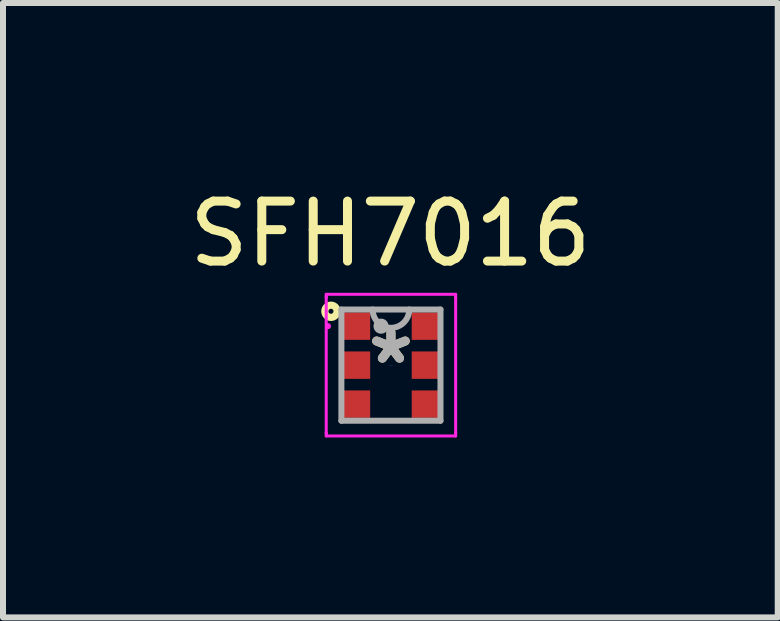
<source format=kicad_pcb>
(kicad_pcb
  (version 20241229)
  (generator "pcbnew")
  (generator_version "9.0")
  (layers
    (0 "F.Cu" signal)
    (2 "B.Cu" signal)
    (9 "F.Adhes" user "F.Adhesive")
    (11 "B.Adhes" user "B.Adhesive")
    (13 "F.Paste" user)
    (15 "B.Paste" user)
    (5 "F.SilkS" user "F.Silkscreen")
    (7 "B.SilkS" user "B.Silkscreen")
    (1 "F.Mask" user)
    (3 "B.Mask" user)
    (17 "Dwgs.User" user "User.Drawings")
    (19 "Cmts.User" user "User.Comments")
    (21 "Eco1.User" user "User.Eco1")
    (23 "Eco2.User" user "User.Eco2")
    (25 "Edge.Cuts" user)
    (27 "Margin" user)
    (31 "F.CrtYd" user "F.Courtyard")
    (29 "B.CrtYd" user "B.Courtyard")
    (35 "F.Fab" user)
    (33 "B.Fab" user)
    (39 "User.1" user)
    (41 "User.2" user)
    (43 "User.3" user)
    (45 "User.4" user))
  (footprint "SFH7016"
    (layer "F.Cu")
    (at 3.468 3.038)
    (property "Reference" "SFH7016" (at -0.01 -2.19 0) (layer "F.SilkS") (effects (font (size 1 1) (thickness 0.15))))
    (attr through_hole)
    (fp_circle (center -1 -0.898) (end -0.898 -0.898) (stroke (width 0.12) (type solid)) (fill no) (layer "F.SilkS"))
    (fp_line (start -1.079 -1.181) (end 1.079 -1.181) (stroke (width 0.05) (type solid)) (layer "F.CrtYd"))
    (fp_line (start -1.079 -1.133) (end -1.079 -1.181) (stroke (width 0.05) (type solid)) (layer "F.CrtYd"))
    (fp_line (start -1.079 -1.133) (end -1.079 -1.133) (stroke (width 0.05) (type solid)) (layer "F.CrtYd"))
    (fp_line (start -1.079 1.133) (end -1.079 -1.133) (stroke (width 0.05) (type solid)) (layer "F.CrtYd"))
    (fp_line (start -1.079 1.133) (end -1.079 1.133) (stroke (width 0.05) (type solid)) (layer "F.CrtYd"))
    (fp_line (start -1.079 1.181) (end -1.079 1.133) (stroke (width 0.05) (type solid)) (layer "F.CrtYd"))
    (fp_line (start 1.079 -1.181) (end 1.079 -1.133) (stroke (width 0.05) (type solid)) (layer "F.CrtYd"))
    (fp_line (start 1.079 -1.133) (end 1.079 -1.133) (stroke (width 0.05) (type solid)) (layer "F.CrtYd"))
    (fp_line (start 1.079 -1.133) (end 1.079 1.133) (stroke (width 0.05) (type solid)) (layer "F.CrtYd"))
    (fp_line (start 1.079 1.133) (end 1.079 1.133) (stroke (width 0.05) (type solid)) (layer "F.CrtYd"))
    (fp_line (start 1.079 1.133) (end 1.079 1.181) (stroke (width 0.05) (type solid)) (layer "F.CrtYd"))
    (fp_line (start 1.079 1.181) (end -1.079 1.181) (stroke (width 0.05) (type solid)) (layer "F.CrtYd"))
    (fp_circle (center -1.049 -0.65) (end -1.049 -0.65) (stroke (width 0.05) (type solid)) (fill no) (layer "F.CrtYd"))
    (fp_line (start -0.826 -0.927) (end -0.826 0.927) (stroke (width 0.1) (type solid)) (layer "F.Fab"))
    (fp_line (start -0.826 0.927) (end 0.826 0.927) (stroke (width 0.1) (type solid)) (layer "F.Fab"))
    (fp_line (start 0.826 -0.927) (end -0.826 -0.927) (stroke (width 0.1) (type solid)) (layer "F.Fab"))
    (fp_line (start 0.826 0.927) (end 0.826 -0.927) (stroke (width 0.1) (type solid)) (layer "F.Fab"))
    (fp_arc (start 0.3048 -0.9271) (mid 0 -0.6223) (end -0.3048 -0.9271) (stroke (width 0.1) (type solid)) (layer "F.Fab"))
    (fp_circle (center -0.165 -0.65) (end -0.089 -0.65) (stroke (width 0.1) (type solid)) (fill no) (layer "F.Fab"))
    (fp_text user "*" (at 0 0 0) (layer "F.SilkS") (effects (font (size 1 1) (thickness 0.15))))
    (fp_text user "~" (at 0 0 0) (layer "Cmts.User") (effects (font (size 0.127 0.127) (thickness 0.002))))
    (fp_text user "*" (at 0 0 0) (layer "F.Fab") (effects (font (size 1 1) (thickness 0.15))))
    (pad "1" smd rect (at -0.575 -0.65) (size 0.457 0.457) (layers "F.Cu" "F.Mask" "F.Paste"))
    (pad "2" smd rect (at 0.575 -0.65) (size 0.457 0.457) (layers "F.Cu" "F.Mask" "F.Paste"))
    (pad "3" smd rect (at -0.575 0) (size 0.457 0.457) (layers "F.Cu" "F.Mask" "F.Paste"))
    (pad "4" smd rect (at 0.575 0) (size 0.457 0.457) (layers "F.Cu" "F.Mask" "F.Paste"))
    (pad "5" smd rect (at -0.575 0.65) (size 0.457 0.457) (layers "F.Cu" "F.Mask" "F.Paste"))
    (pad "6" smd rect (at 0.575 0.65) (size 0.457 0.457) (layers "F.Cu" "F.Mask" "F.Paste")))
  (gr_rect
    (start -3 -3)
    (end 9.917 7.244)
    (stroke (width 0.1) (type default))
    (fill no)
    (layer "Edge.Cuts")))
</source>
